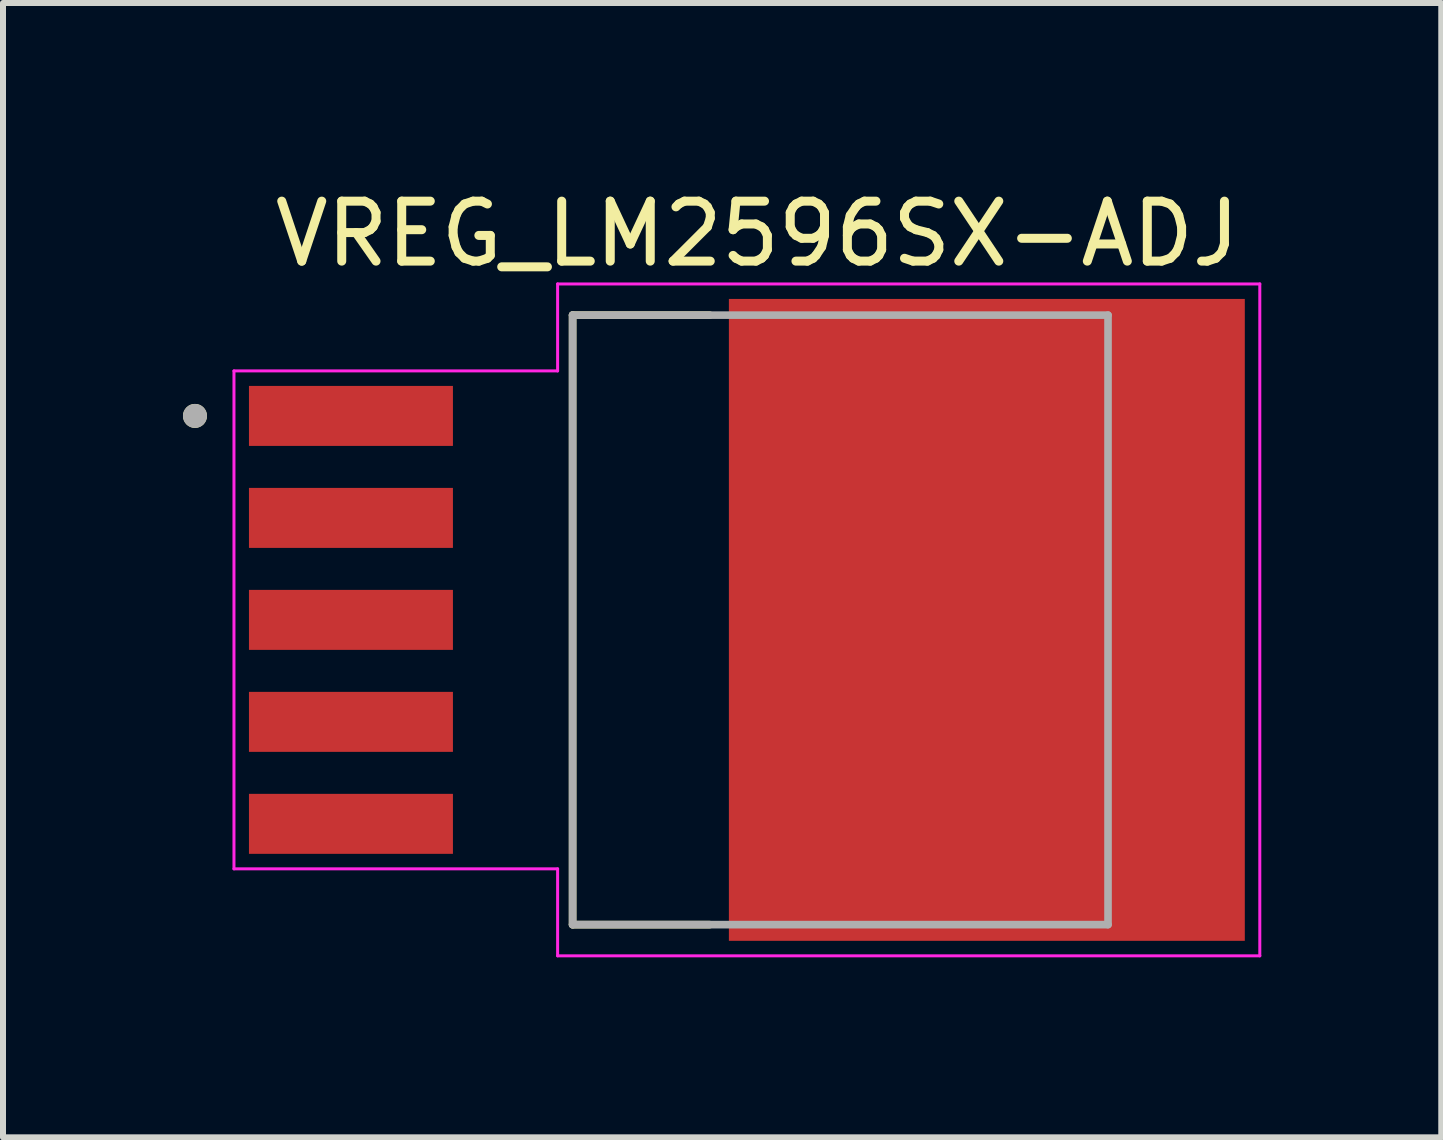
<source format=kicad_pcb>
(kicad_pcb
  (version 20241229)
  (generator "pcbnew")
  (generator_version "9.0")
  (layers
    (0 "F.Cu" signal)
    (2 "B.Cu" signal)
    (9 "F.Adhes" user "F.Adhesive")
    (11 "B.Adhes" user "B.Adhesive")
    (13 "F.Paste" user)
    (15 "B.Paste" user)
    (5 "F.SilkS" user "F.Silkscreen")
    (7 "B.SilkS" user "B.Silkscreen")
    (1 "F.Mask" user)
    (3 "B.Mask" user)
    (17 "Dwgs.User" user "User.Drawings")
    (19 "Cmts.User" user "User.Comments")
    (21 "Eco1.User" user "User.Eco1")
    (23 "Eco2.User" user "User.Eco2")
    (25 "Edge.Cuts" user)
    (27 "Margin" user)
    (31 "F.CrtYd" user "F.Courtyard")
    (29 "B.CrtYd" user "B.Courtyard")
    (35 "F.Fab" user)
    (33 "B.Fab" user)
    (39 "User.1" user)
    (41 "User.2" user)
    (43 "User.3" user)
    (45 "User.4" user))
  (footprint "VREG_LM2596SX-ADJ"
    (layer "F.Cu")
    (at 13.4 7.283)
    (property "Reference" "VREG_LM2596SX-ADJ" (at -3.825 -6.435 0) (layer "F.SilkS") (effects (font (size 1 1) (thickness 0.15))))
    (attr smd)
    (fp_poly (pts (xy -12.37 -3.97) (xy -8.83 -3.97) (xy -8.83 -2.83) (xy -12.37 -2.83)) (stroke (width 0.01) (type solid)) (fill yes) (layer "F.Mask"))
    (fp_poly (pts (xy -12.37 -2.27) (xy -8.83 -2.27) (xy -8.83 -1.13) (xy -12.37 -1.13)) (stroke (width 0.01) (type solid)) (fill yes) (layer "F.Mask"))
    (fp_poly (pts (xy -12.37 -0.57) (xy -8.83 -0.57) (xy -8.83 0.57) (xy -12.37 0.57)) (stroke (width 0.01) (type solid)) (fill yes) (layer "F.Mask"))
    (fp_poly (pts (xy -12.37 1.13) (xy -8.83 1.13) (xy -8.83 2.27) (xy -12.37 2.27)) (stroke (width 0.01) (type solid)) (fill yes) (layer "F.Mask"))
    (fp_poly (pts (xy -12.37 2.83) (xy -8.83 2.83) (xy -8.83 3.97) (xy -12.37 3.97)) (stroke (width 0.01) (type solid)) (fill yes) (layer "F.Mask"))
    (fp_poly (pts (xy -4.37 -5.42) (xy 4.37 -5.42) (xy 4.37 5.42) (xy -4.37 5.42)) (stroke (width 0.01) (type solid)) (fill yes) (layer "F.Mask"))
    (fp_line (start -6.905 -5.08) (end -6.905 5.08) (stroke (width 0.127) (type solid)) (layer "F.SilkS"))
    (fp_line (start -6.905 5.08) (end -4.62 5.08) (stroke (width 0.127) (type solid)) (layer "F.SilkS"))
    (fp_line (start -4.62 -5.08) (end -6.905 -5.08) (stroke (width 0.127) (type solid)) (layer "F.SilkS"))
    (fp_circle (center -13.2 -3.4) (end -13.1 -3.4) (stroke (width 0.2) (type solid)) (fill no) (layer "F.SilkS"))
    (fp_poly (pts (xy -12.25 -3.85) (xy -8.95 -3.85) (xy -8.95 -2.95) (xy -12.25 -2.95)) (stroke (width 0.01) (type solid)) (fill yes) (layer "F.Paste"))
    (fp_poly (pts (xy -12.25 -2.15) (xy -8.95 -2.15) (xy -8.95 -1.25) (xy -12.25 -1.25)) (stroke (width 0.01) (type solid)) (fill yes) (layer "F.Paste"))
    (fp_poly (pts (xy -12.25 -0.45) (xy -8.95 -0.45) (xy -8.95 0.45) (xy -12.25 0.45)) (stroke (width 0.01) (type solid)) (fill yes) (layer "F.Paste"))
    (fp_poly (pts (xy -12.25 1.25) (xy -8.95 1.25) (xy -8.95 2.15) (xy -12.25 2.15)) (stroke (width 0.01) (type solid)) (fill yes) (layer "F.Paste"))
    (fp_poly (pts (xy -12.25 2.95) (xy -8.95 2.95) (xy -8.95 3.85) (xy -12.25 3.85)) (stroke (width 0.01) (type solid)) (fill yes) (layer "F.Paste"))
    (fp_poly (pts (xy -4.25 -5.3) (xy 4.25 -5.3) (xy 4.25 5.3) (xy -4.25 5.3)) (stroke (width 0.01) (type solid)) (fill yes) (layer "F.Paste"))
    (fp_line (start -12.55 -4.15) (end -12.55 4.15) (stroke (width 0.05) (type solid)) (layer "F.CrtYd"))
    (fp_line (start -12.55 4.15) (end -7.155 4.15) (stroke (width 0.05) (type solid)) (layer "F.CrtYd"))
    (fp_line (start -7.155 -5.6) (end -7.155 -4.15) (stroke (width 0.05) (type solid)) (layer "F.CrtYd"))
    (fp_line (start -7.155 -4.15) (end -12.55 -4.15) (stroke (width 0.05) (type solid)) (layer "F.CrtYd"))
    (fp_line (start -7.155 4.15) (end -7.155 5.6) (stroke (width 0.05) (type solid)) (layer "F.CrtYd"))
    (fp_line (start -7.155 5.6) (end 4.55 5.6) (stroke (width 0.05) (type solid)) (layer "F.CrtYd"))
    (fp_line (start 4.55 -5.6) (end -7.155 -5.6) (stroke (width 0.05) (type solid)) (layer "F.CrtYd"))
    (fp_line (start 4.55 5.6) (end 4.55 -5.6) (stroke (width 0.05) (type solid)) (layer "F.CrtYd"))
    (fp_line (start -6.905 -5.08) (end -6.905 5.08) (stroke (width 0.127) (type solid)) (layer "F.Fab"))
    (fp_line (start -6.905 5.08) (end 2.02 5.08) (stroke (width 0.127) (type solid)) (layer "F.Fab"))
    (fp_line (start 2.02 -5.08) (end -6.905 -5.08) (stroke (width 0.127) (type solid)) (layer "F.Fab"))
    (fp_line (start 2.02 5.08) (end 2.02 -5.08) (stroke (width 0.127) (type solid)) (layer "F.Fab"))
    (fp_circle (center -13.2 -3.4) (end -13.1 -3.4) (stroke (width 0.2) (type solid)) (fill no) (layer "F.Fab"))
    (pad "1" smd rect (at -10.6 -3.4) (size 3.4 1) (layers "F.Cu"))
    (pad "2" smd rect (at -10.6 -1.7) (size 3.4 1) (layers "F.Cu"))
    (pad "3" smd rect (at -10.6 0) (size 3.4 1) (layers "F.Cu"))
    (pad "4" smd rect (at -10.6 1.7) (size 3.4 1) (layers "F.Cu"))
    (pad "5" smd rect (at -10.6 3.4) (size 3.4 1) (layers "F.Cu"))
    (pad "6" smd rect (at 0 0) (size 8.6 10.7) (layers "F.Cu")))
  (gr_rect
    (start -3 -3)
    (end 20.975 15.908)
    (stroke (width 0.1) (type default))
    (fill no)
    (layer "Edge.Cuts")))
</source>
